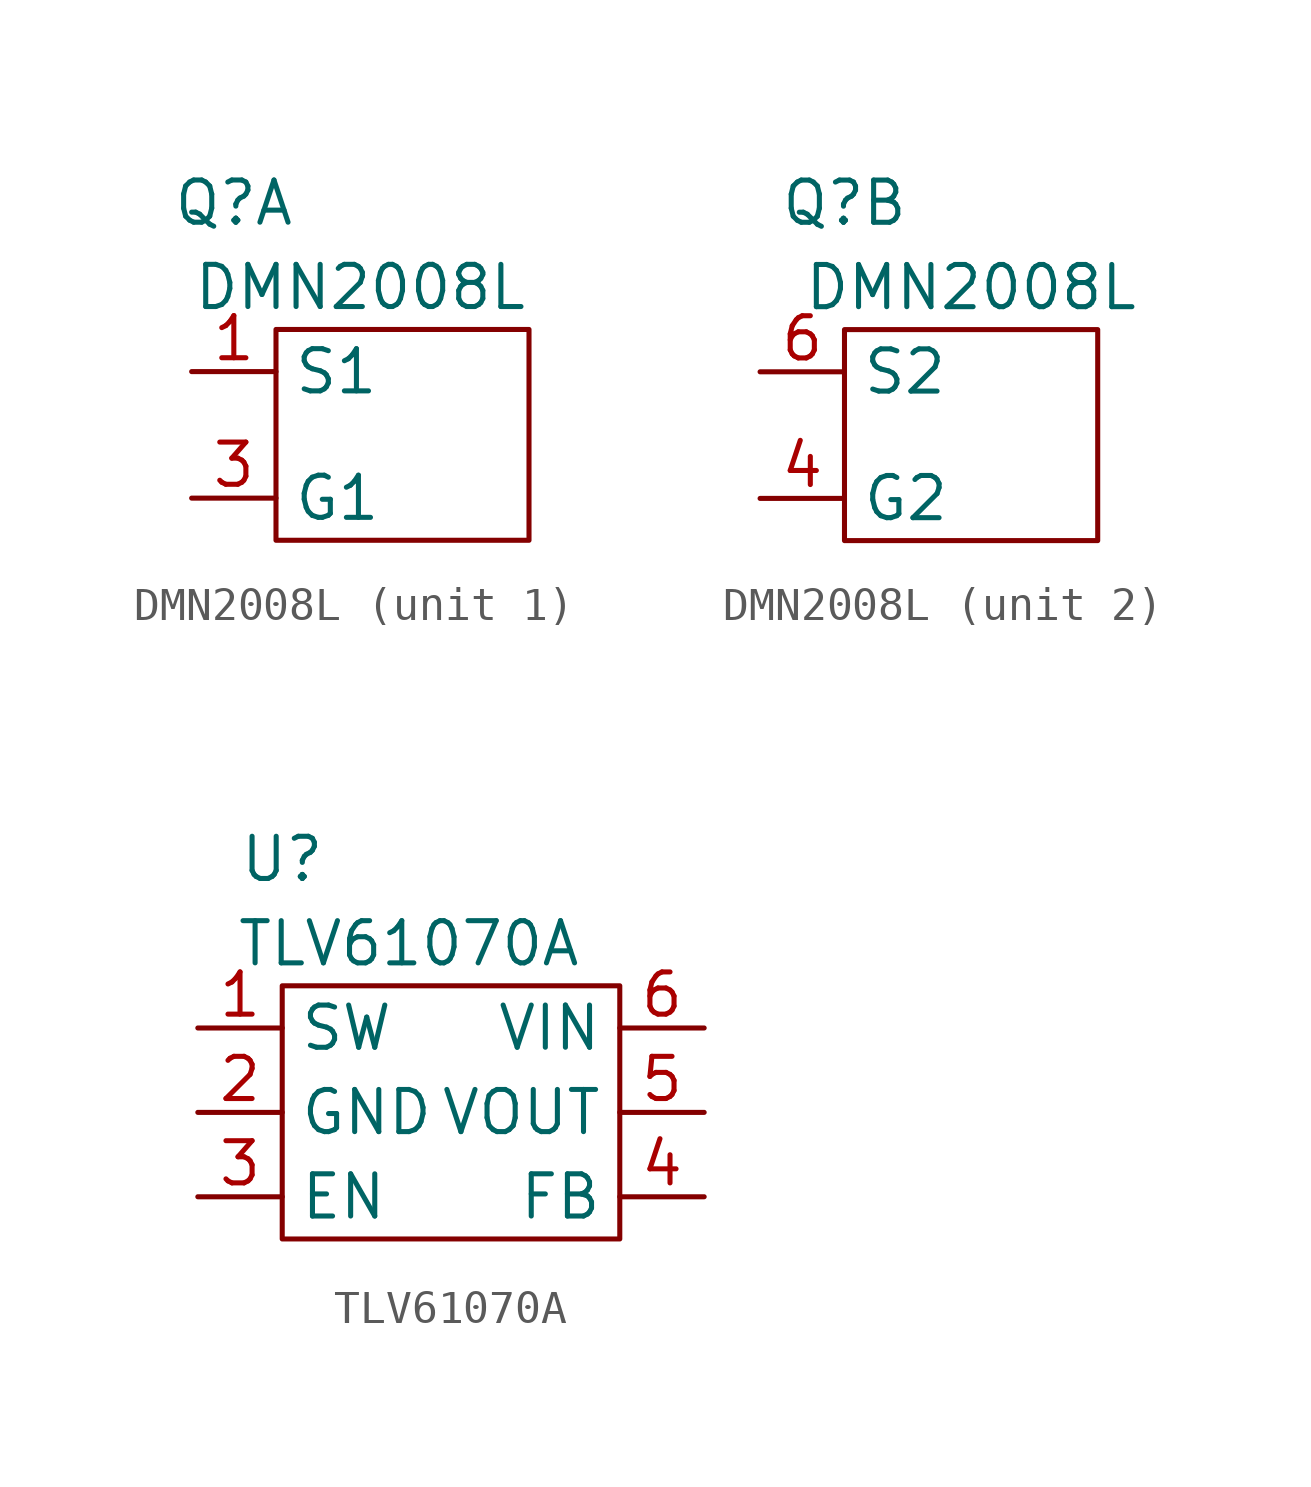
<source format=kicad_sym>
(kicad_symbol_lib
  (version 20220914)
  (generator kicad_symbol_editor)
  (symbol "DMN2008L"
    (property "Reference" "Q"
      (at -3.81 2.54 0)
      (effects (font (size 1.27 1.27))))
    (property "Value" "DMN2008L"
      (at 0 0 0)
      (effects (font (size 1.27 1.27))))
    (property "ki_locked" ""
      (at 0 0 0)
      (effects (font (size 1.27 1.27))))
    (symbol "DMN2008L_1_1"
      (rectangle (start -2.54 -1.27) (end 5.08 -7.62) (stroke (width 0) (type default)) (fill (type none)))
      (pin power_in line (at -5.08 -2.54 0) (length 2.54) (name "S1" (effects (font (size 1.27 1.27)))) (number "1" (effects (font (size 1.27 1.27)))))
      (pin power_in line (at -5.08 -2.54 0) (length 2.54) hide (name "S1" (effects (font (size 1.27 1.27)))) (number "2" (effects (font (size 1.27 1.27)))))
      (pin input line (at -5.08 -6.35 0) (length 2.54) (name "G1" (effects (font (size 1.27 1.27)))) (number "3" (effects (font (size 1.27 1.27))))))
    (symbol "DMN2008L_2_1"
      (rectangle (start -3.81 -1.27) (end 3.81 -7.62) (stroke (width 0) (type default)) (fill (type none)))
      (pin input line (at -6.35 -6.35 0) (length 2.54) (name "G2" (effects (font (size 1.27 1.27)))) (number "4" (effects (font (size 1.27 1.27)))))
      (pin power_in line (at -6.35 -2.54 0) (length 2.54) hide (name "S2" (effects (font (size 1.27 1.27)))) (number "5" (effects (font (size 1.27 1.27)))))
      (pin power_in line (at -6.35 -2.54 0) (length 2.54) (name "S2" (effects (font (size 1.27 1.27)))) (number "6" (effects (font (size 1.27 1.27)))))))
  (symbol "TLV61070A"
    (property "Reference" "U"
      (at -3.81 5.08 0)
      (effects (font (size 1.27 1.27))))
    (property "Value" "TLV61070A"
      (at 0 2.54 0)
      (effects (font (size 1.27 1.27))))
    (symbol "TLV61070A_0_1"
      (rectangle (start -3.81 1.27) (end 6.35 -6.35) (stroke (width 0) (type default)) (fill (type none))))
    (symbol "TLV61070A_1_1"
      (pin input line (at -6.35 0 0) (length 2.54) (name "SW" (effects (font (size 1.27 1.27)))) (number "1" (effects (font (size 1.27 1.27)))))
      (pin power_in line (at -6.35 -2.54 0) (length 2.54) (name "GND" (effects (font (size 1.27 1.27)))) (number "2" (effects (font (size 1.27 1.27)))))
      (pin input line (at -6.35 -5.08 0) (length 2.54) (name "EN" (effects (font (size 1.27 1.27)))) (number "3" (effects (font (size 1.27 1.27)))))
      (pin input line (at 8.89 -5.08 180) (length 2.54) (name "FB" (effects (font (size 1.27 1.27)))) (number "4" (effects (font (size 1.27 1.27)))))
      (pin power_out line (at 8.89 -2.54 180) (length 2.54) (name "VOUT" (effects (font (size 1.27 1.27)))) (number "5" (effects (font (size 1.27 1.27)))))
      (pin power_in line (at 8.89 0 180) (length 2.54) (name "VIN" (effects (font (size 1.27 1.27)))) (number "6" (effects (font (size 1.27 1.27))))))))
</source>
